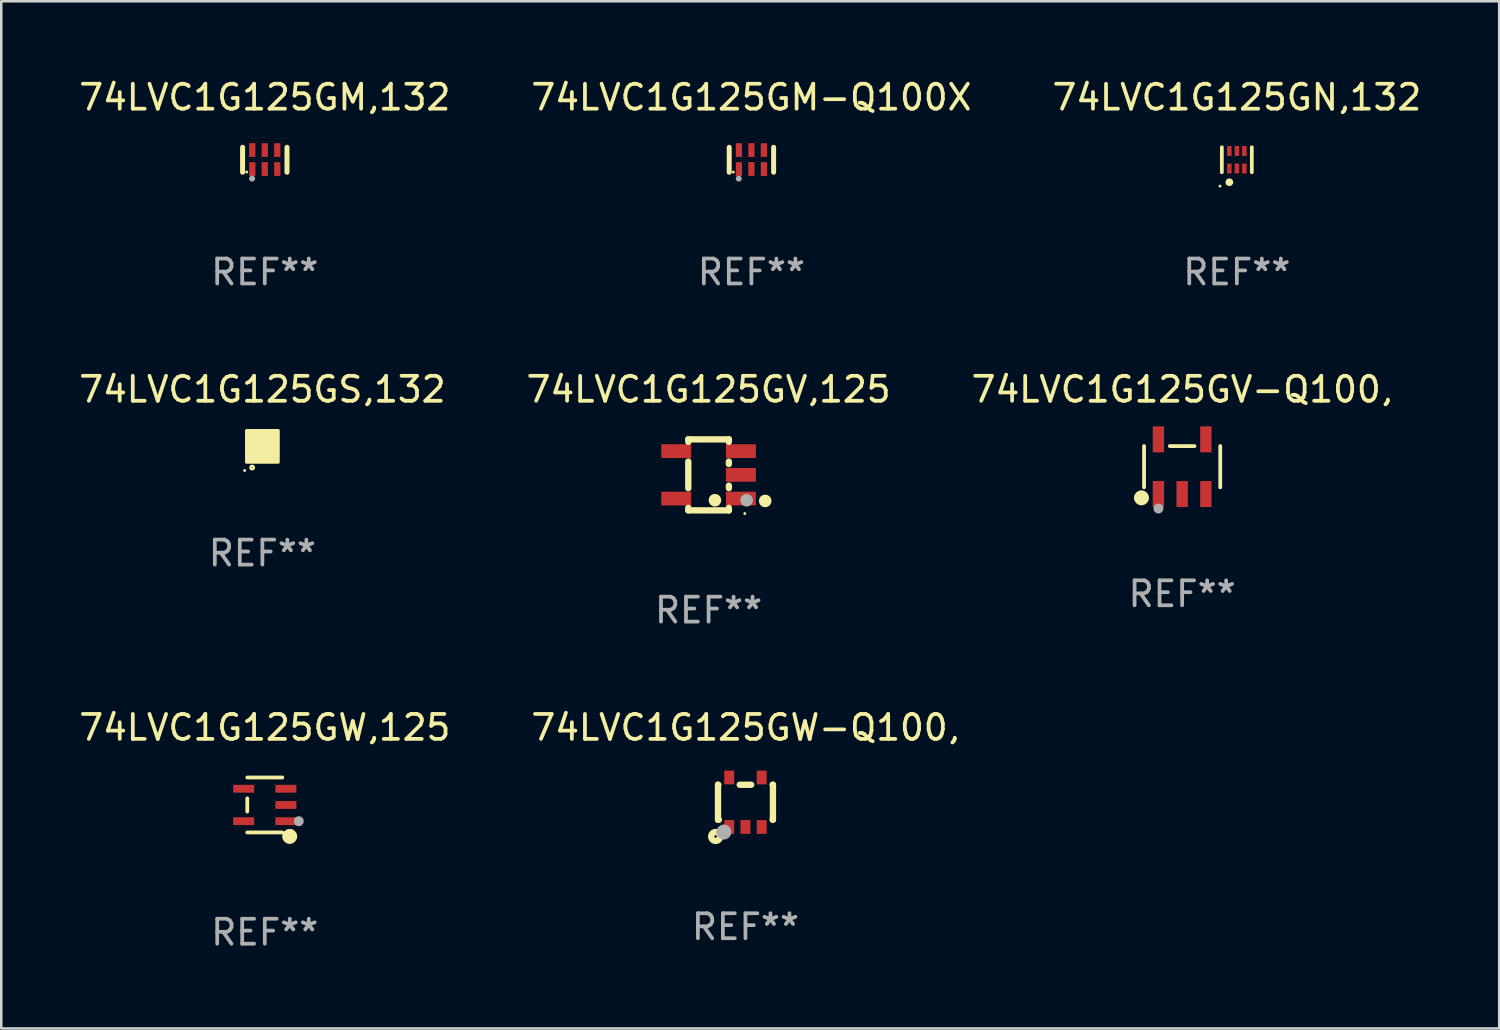
<source format=kicad_pcb>
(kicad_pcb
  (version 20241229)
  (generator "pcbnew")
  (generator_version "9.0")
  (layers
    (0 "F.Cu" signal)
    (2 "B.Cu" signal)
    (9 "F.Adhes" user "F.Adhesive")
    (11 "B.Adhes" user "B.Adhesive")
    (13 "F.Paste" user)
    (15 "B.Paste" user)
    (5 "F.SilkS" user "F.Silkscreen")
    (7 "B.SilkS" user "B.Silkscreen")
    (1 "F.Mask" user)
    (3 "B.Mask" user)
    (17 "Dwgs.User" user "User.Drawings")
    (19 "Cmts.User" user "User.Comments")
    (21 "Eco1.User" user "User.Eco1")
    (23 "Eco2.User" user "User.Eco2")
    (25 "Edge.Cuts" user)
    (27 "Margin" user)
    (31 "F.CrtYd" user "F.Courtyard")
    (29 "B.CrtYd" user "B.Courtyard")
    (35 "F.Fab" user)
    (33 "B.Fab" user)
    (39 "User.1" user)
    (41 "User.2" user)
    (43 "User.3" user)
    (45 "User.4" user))
  (footprint "74LVC1G125GM-Q100X"
    (layer "F.Cu")
    (at 27.042 3.348)
    (property "Reference" "74LVC1G125GM-Q100X" (at 0 -2.5 0) (layer "F.SilkS") (effects (font (size 1 1) (thickness 0.15))))
    (attr through_hole)
    (fp_line (start -0.889 0.5) (end -0.889 -0.5) (stroke (width 0.2) (type solid)) (layer "F.SilkS"))
    (fp_line (start 0.889 0.5) (end 0.889 -0.5) (stroke (width 0.2) (type solid)) (layer "F.SilkS"))
    (fp_circle (center -0.725 0.492) (end -0.695 0.492) (stroke (width 0.06) (type solid)) (fill no) (layer "F.SilkS"))
    (fp_circle (center -0.508 0.754) (end -0.448 0.754) (stroke (width 0.12) (type solid)) (fill no) (layer "F.Fab"))
    (fp_text user "REF**" (at 0 4.5 0) (layer "F.Fab") (effects (font (size 1 1) (thickness 0.15))))
    (pad "1" smd rect (at -0.5 0.372) (size 0.25 0.55) (layers "F.Cu" "F.Mask" "F.Paste"))
    (pad "2" smd rect (at -0.000127 0.372) (size 0.25 0.55) (layers "F.Cu" "F.Mask" "F.Paste"))
    (pad "3" smd rect (at 0.5 0.372) (size 0.25 0.55) (layers "F.Cu" "F.Mask" "F.Paste"))
    (pad "4" smd rect (at 0.5 -0.388 180) (size 0.25 0.55) (layers "F.Cu" "F.Mask" "F.Paste"))
    (pad "5" smd rect (at -0.000127 -0.388 180) (size 0.25 0.55) (layers "F.Cu" "F.Mask" "F.Paste"))
    (pad "6" smd rect (at -0.5 -0.388 180) (size 0.25 0.55) (layers "F.Cu" "F.Mask" "F.Paste")))
  (footprint "74LVC1G125GW-Q100,"
    (layer "F.Cu")
    (at 26.804 29.077)
    (property "Reference" "74LVC1G125GW-Q100," (at 0 -2.991 0) (layer "F.SilkS") (effects (font (size 1 1) (thickness 0.15))))
    (attr through_hole)
    (fp_line (start -1.1 -0.7) (end -1.1 0.7) (stroke (width 0.254) (type solid)) (layer "F.SilkS"))
    (fp_line (start -1.1 -0.7) (end -1.09 -0.7) (stroke (width 0.254) (type solid)) (layer "F.SilkS"))
    (fp_line (start -1.1 0.7) (end -1.065 0.7) (stroke (width 0.254) (type solid)) (layer "F.SilkS"))
    (fp_line (start -0.23 -0.7) (end 0.23 -0.7) (stroke (width 0.254) (type solid)) (layer "F.SilkS"))
    (fp_line (start 1.09 -0.7) (end 1.1 -0.7) (stroke (width 0.254) (type solid)) (layer "F.SilkS"))
    (fp_line (start 1.09 0.7) (end 1.1 0.7) (stroke (width 0.254) (type solid)) (layer "F.SilkS"))
    (fp_line (start 1.1 -0.7) (end 1.1 0.7) (stroke (width 0.254) (type solid)) (layer "F.SilkS"))
    (fp_circle (center -1.194 1.372) (end -1.143 1.372) (stroke (width 0.254) (type solid)) (fill no) (layer "F.SilkS"))
    (fp_circle (center -1.05 1.063) (end -1.02 1.063) (stroke (width 0.06) (type solid)) (fill no) (layer "F.SilkS"))
    (fp_circle (center -0.864 1.194) (end -0.713 1.194) (stroke (width 0.3) (type solid)) (fill no) (layer "F.Fab"))
    (fp_text user "REF**" (at 0 4.991 0) (layer "F.Fab") (effects (font (size 1 1) (thickness 0.15))))
    (pad "1" smd rect (at -0.65 0.991 180) (size 0.399 0.551) (layers "F.Cu" "F.Mask" "F.Paste"))
    (pad "2" smd rect (at 0 0.991 180) (size 0.399 0.551) (layers "F.Cu" "F.Mask" "F.Paste"))
    (pad "3" smd rect (at 0.65 0.991 180) (size 0.399 0.551) (layers "F.Cu" "F.Mask" "F.Paste"))
    (pad "4" smd rect (at 0.65 -0.991 180) (size 0.399 0.551) (layers "F.Cu" "F.Mask" "F.Paste"))
    (pad "5" smd rect (at -0.65 -0.991 180) (size 0.399 0.551) (layers "F.Cu" "F.Mask" "F.Paste")))
  (footprint "74LVC1G125GV-Q100,"
    (layer "F.Cu")
    (at 44.292 15.64)
    (property "Reference" "74LVC1G125GV-Q100," (at 0 -3.095 0) (layer "F.SilkS") (effects (font (size 1 1) (thickness 0.15))))
    (attr through_hole)
    (fp_line (start -1.526 0.826) (end -1.526 -0.826) (stroke (width 0.152) (type solid)) (layer "F.SilkS"))
    (fp_line (start 0.494 -0.826) (end -0.494 -0.826) (stroke (width 0.152) (type solid)) (layer "F.SilkS"))
    (fp_line (start 1.526 0.826) (end 1.526 -0.826) (stroke (width 0.152) (type solid)) (layer "F.SilkS"))
    (fp_circle (center -1.63 1.247) (end -1.48 1.247) (stroke (width 0.3) (type solid)) (fill no) (layer "F.SilkS"))
    (fp_circle (center -1.45 1.375) (end -1.42 1.375) (stroke (width 0.06) (type solid)) (fill no) (layer "F.SilkS"))
    (fp_circle (center -0.95 1.675) (end -0.85 1.675) (stroke (width 0.2) (type solid)) (fill no) (layer "F.Fab"))
    (fp_text user "REF**" (at 0 5.095 0) (layer "F.Fab") (effects (font (size 1 1) (thickness 0.15))))
    (pad "1" smd rect (at -0.95 1.095) (size 0.455 1.04) (layers "F.Cu" "F.Mask" "F.Paste"))
    (pad "2" smd rect (at 0 1.095) (size 0.455 1.04) (layers "F.Cu" "F.Mask" "F.Paste"))
    (pad "3" smd rect (at 0.95 1.095) (size 0.455 1.04) (layers "F.Cu" "F.Mask" "F.Paste"))
    (pad "4" smd rect (at 0.95 -1.095) (size 0.455 1.04) (layers "F.Cu" "F.Mask" "F.Paste"))
    (pad "5" smd rect (at -0.95 -1.095) (size 0.455 1.04) (layers "F.Cu" "F.Mask" "F.Paste")))
  (footprint "74LVC1G125GV,125"
    (layer "F.Cu")
    (at 25.327 15.967)
    (property "Reference" "74LVC1G125GV,125" (at 0 -3.422 0) (layer "F.SilkS") (effects (font (size 1 1) (thickness 0.15))))
    (attr through_hole)
    (fp_line (start -0.813 -1.422) (end 0.813 -1.422) (stroke (width 0.254) (type solid)) (layer "F.SilkS"))
    (fp_line (start -0.813 -1.321) (end -0.813 -1.422) (stroke (width 0.254) (type solid)) (layer "F.SilkS"))
    (fp_line (start -0.813 0.533) (end -0.813 -0.533) (stroke (width 0.254) (type solid)) (layer "F.SilkS"))
    (fp_line (start -0.813 1.422) (end -0.813 1.321) (stroke (width 0.254) (type solid)) (layer "F.SilkS"))
    (fp_line (start 0.813 -1.422) (end 0.813 -1.321) (stroke (width 0.254) (type solid)) (layer "F.SilkS"))
    (fp_line (start 0.813 -0.533) (end 0.813 -0.432) (stroke (width 0.254) (type solid)) (layer "F.SilkS"))
    (fp_line (start 0.813 0.432) (end 0.813 0.533) (stroke (width 0.254) (type solid)) (layer "F.SilkS"))
    (fp_line (start 0.813 1.321) (end 0.813 1.422) (stroke (width 0.254) (type solid)) (layer "F.SilkS"))
    (fp_line (start 0.813 1.422) (end -0.813 1.422) (stroke (width 0.254) (type solid)) (layer "F.SilkS"))
    (fp_circle (center 0.254 1.016) (end 0.381 1.016) (stroke (width 0.254) (type solid)) (fill no) (layer "F.SilkS"))
    (fp_circle (center 1.45 1.55) (end 1.48 1.55) (stroke (width 0.06) (type solid)) (fill no) (layer "F.SilkS"))
    (fp_circle (center 2.267 1.044) (end 2.394 1.044) (stroke (width 0.254) (type solid)) (fill no) (layer "F.SilkS"))
    (fp_circle (center 1.524 1.016) (end 1.651 1.016) (stroke (width 0.254) (type solid)) (fill no) (layer "F.Fab"))
    (fp_text user "REF**" (at 0 5.422 0) (layer "F.Fab") (effects (font (size 1 1) (thickness 0.15))))
    (pad "1" smd rect (at 1.295 0.95 90) (size 0.551 1.199) (layers "F.Cu" "F.Mask" "F.Paste"))
    (pad "2" smd rect (at 1.295 0 90) (size 0.551 1.199) (layers "F.Cu" "F.Mask" "F.Paste"))
    (pad "3" smd rect (at 1.295 -0.95 90) (size 0.551 1.199) (layers "F.Cu" "F.Mask" "F.Paste"))
    (pad "4" smd rect (at -1.295 -0.95 90) (size 0.551 1.199) (layers "F.Cu" "F.Mask" "F.Paste"))
    (pad "5" smd rect (at -1.295 0.95 90) (size 0.551 1.199) (layers "F.Cu" "F.Mask" "F.Paste")))
  (footprint "74LVC1G125GS,132"
    (layer "F.Cu")
    (at 7.458 14.825)
    (property "Reference" "74LVC1G125GS,132" (at 0 -2.28 0) (layer "F.SilkS") (effects (font (size 1 1) (thickness 0.15))))
    (attr through_hole)
    (fp_circle (center -0.71 0.968) (end -0.68 0.968) (stroke (width 0.06) (type solid)) (fill no) (layer "F.SilkS"))
    (fp_circle (center -0.41 0.85) (end -0.342 0.85) (stroke (width 0.1) (type solid)) (fill no) (layer "F.SilkS"))
    (fp_poly (pts (xy -0.635 -0.635) (xy 0.635 -0.635) (xy 0.635 0.635) (xy -0.635 0.635)) (stroke (width 0.12) (type solid)) (fill yes) (layer "F.SilkS"))
    (fp_text user "REF**" (at 0 4.28 0) (layer "F.Fab") (effects (font (size 1 1) (thickness 0.15))))
    (pad "1" smd rect (at -0.35 0.28 90) (size 0.35 0.2) (layers "F.Cu" "F.Mask" "F.Paste"))
    (pad "2" smd rect (at 0 0.28 90) (size 0.35 0.2) (layers "F.Cu" "F.Mask" "F.Paste"))
    (pad "3" smd rect (at 0.35 0.28 90) (size 0.35 0.2) (layers "F.Cu" "F.Mask" "F.Paste"))
    (pad "4" smd rect (at 0.35 -0.28 90) (size 0.35 0.2) (layers "F.Cu" "F.Mask" "F.Paste"))
    (pad "5" smd rect (at 0 -0.28 90) (size 0.35 0.2) (layers "F.Cu" "F.Mask" "F.Paste"))
    (pad "6" smd rect (at -0.35 -0.28 90) (size 0.35 0.2) (layers "F.Cu" "F.Mask" "F.Paste")))
  (footprint "74LVC1G125GN,132"
    (layer "F.Cu")
    (at 46.482 3.348)
    (property "Reference" "74LVC1G125GN,132" (at 0 -2.5 0) (layer "F.SilkS") (effects (font (size 1 1) (thickness 0.15))))
    (attr through_hole)
    (fp_line (start -0.6 -0.5) (end -0.6 0.5) (stroke (width 0.15) (type solid)) (layer "F.SilkS"))
    (fp_line (start 0.6 0.5) (end 0.6 -0.5) (stroke (width 0.15) (type solid)) (layer "F.SilkS"))
    (fp_circle (center -0.675 1.055) (end -0.645 1.055) (stroke (width 0.06) (type solid)) (fill no) (layer "F.SilkS"))
    (fp_circle (center -0.3 0.9) (end -0.22 0.9) (stroke (width 0.15) (type solid)) (fill no) (layer "F.SilkS"))
    (fp_text user "REF**" (at 0 4.5 0) (layer "F.Fab") (effects (font (size 1 1) (thickness 0.15))))
    (pad "1" smd rect (at -0.3 0.35) (size 0.18 0.4) (layers "F.Cu" "F.Mask" "F.Paste"))
    (pad "2" smd rect (at 0.000025 0.35) (size 0.18 0.4) (layers "F.Cu" "F.Mask" "F.Paste"))
    (pad "3" smd rect (at 0.3 0.35) (size 0.18 0.4) (layers "F.Cu" "F.Mask" "F.Paste"))
    (pad "4" smd rect (at 0.3 -0.35) (size 0.18 0.4) (layers "F.Cu" "F.Mask" "F.Paste"))
    (pad "5" smd rect (at 0.000025 -0.35) (size 0.18 0.4) (layers "F.Cu" "F.Mask" "F.Paste"))
    (pad "6" smd rect (at -0.3 -0.35) (size 0.18 0.4) (layers "F.Cu" "F.Mask" "F.Paste")))
  (footprint "74LVC1G125GW,125"
    (layer "F.Cu")
    (at 7.554 29.187)
    (property "Reference" "74LVC1G125GW,125" (at 0 -3.101 0) (layer "F.SilkS") (effects (font (size 1 1) (thickness 0.15))))
    (attr through_hole)
    (fp_line (start -0.701 -0.264) (end -0.701 0.264) (stroke (width 0.152) (type solid)) (layer "F.SilkS"))
    (fp_line (start 0.701 -1.101) (end -0.701 -1.101) (stroke (width 0.152) (type solid)) (layer "F.SilkS"))
    (fp_line (start 0.701 1.101) (end -0.701 1.101) (stroke (width 0.152) (type solid)) (layer "F.SilkS"))
    (fp_circle (center 0.997 1.26) (end 1.147 1.26) (stroke (width 0.3) (type solid)) (fill no) (layer "F.SilkS"))
    (fp_circle (center 1.063 1.025) (end 1.093 1.025) (stroke (width 0.06) (type solid)) (fill no) (layer "F.SilkS"))
    (fp_circle (center 1.362 0.65) (end 1.463 0.65) (stroke (width 0.2) (type solid)) (fill no) (layer "F.Fab"))
    (fp_text user "REF**" (at 0 5.101 0) (layer "F.Fab") (effects (font (size 1 1) (thickness 0.15))))
    (pad "1" smd rect (at 0.844 0.65) (size 0.839 0.315) (layers "F.Cu" "F.Mask" "F.Paste"))
    (pad "2" smd rect (at 0.844 0) (size 0.839 0.315) (layers "F.Cu" "F.Mask" "F.Paste"))
    (pad "3" smd rect (at 0.844 -0.65) (size 0.839 0.315) (layers "F.Cu" "F.Mask" "F.Paste"))
    (pad "4" smd rect (at -0.844 -0.65) (size 0.839 0.315) (layers "F.Cu" "F.Mask" "F.Paste"))
    (pad "5" smd rect (at -0.844 0.65) (size 0.839 0.315) (layers "F.Cu" "F.Mask" "F.Paste")))
  (footprint "74LVC1G125GM,132"
    (layer "F.Cu")
    (at 7.554 3.348)
    (property "Reference" "74LVC1G125GM,132" (at 0 -2.5 0) (layer "F.SilkS") (effects (font (size 1 1) (thickness 0.15))))
    (attr through_hole)
    (fp_line (start -0.889 0.5) (end -0.889 -0.5) (stroke (width 0.2) (type solid)) (layer "F.SilkS"))
    (fp_line (start 0.889 0.5) (end 0.889 -0.5) (stroke (width 0.2) (type solid)) (layer "F.SilkS"))
    (fp_circle (center -0.725 0.492) (end -0.695 0.492) (stroke (width 0.06) (type solid)) (fill no) (layer "F.SilkS"))
    (fp_circle (center -0.508 0.754) (end -0.448 0.754) (stroke (width 0.12) (type solid)) (fill no) (layer "F.Fab"))
    (fp_text user "REF**" (at 0 4.5 0) (layer "F.Fab") (effects (font (size 1 1) (thickness 0.15))))
    (pad "1" smd rect (at -0.5 0.372) (size 0.25 0.55) (layers "F.Cu" "F.Mask" "F.Paste"))
    (pad "2" smd rect (at -0.000127 0.372) (size 0.25 0.55) (layers "F.Cu" "F.Mask" "F.Paste"))
    (pad "3" smd rect (at 0.5 0.372) (size 0.25 0.55) (layers "F.Cu" "F.Mask" "F.Paste"))
    (pad "4" smd rect (at 0.5 -0.388 180) (size 0.25 0.55) (layers "F.Cu" "F.Mask" "F.Paste"))
    (pad "5" smd rect (at -0.000127 -0.388 180) (size 0.25 0.55) (layers "F.Cu" "F.Mask" "F.Paste"))
    (pad "6" smd rect (at -0.5 -0.388 180) (size 0.25 0.55) (layers "F.Cu" "F.Mask" "F.Paste")))
  (gr_rect
    (start -3 -3)
    (end 56.988 38.137)
    (stroke (width 0.1) (type default))
    (fill no)
    (layer "Edge.Cuts")))
</source>
